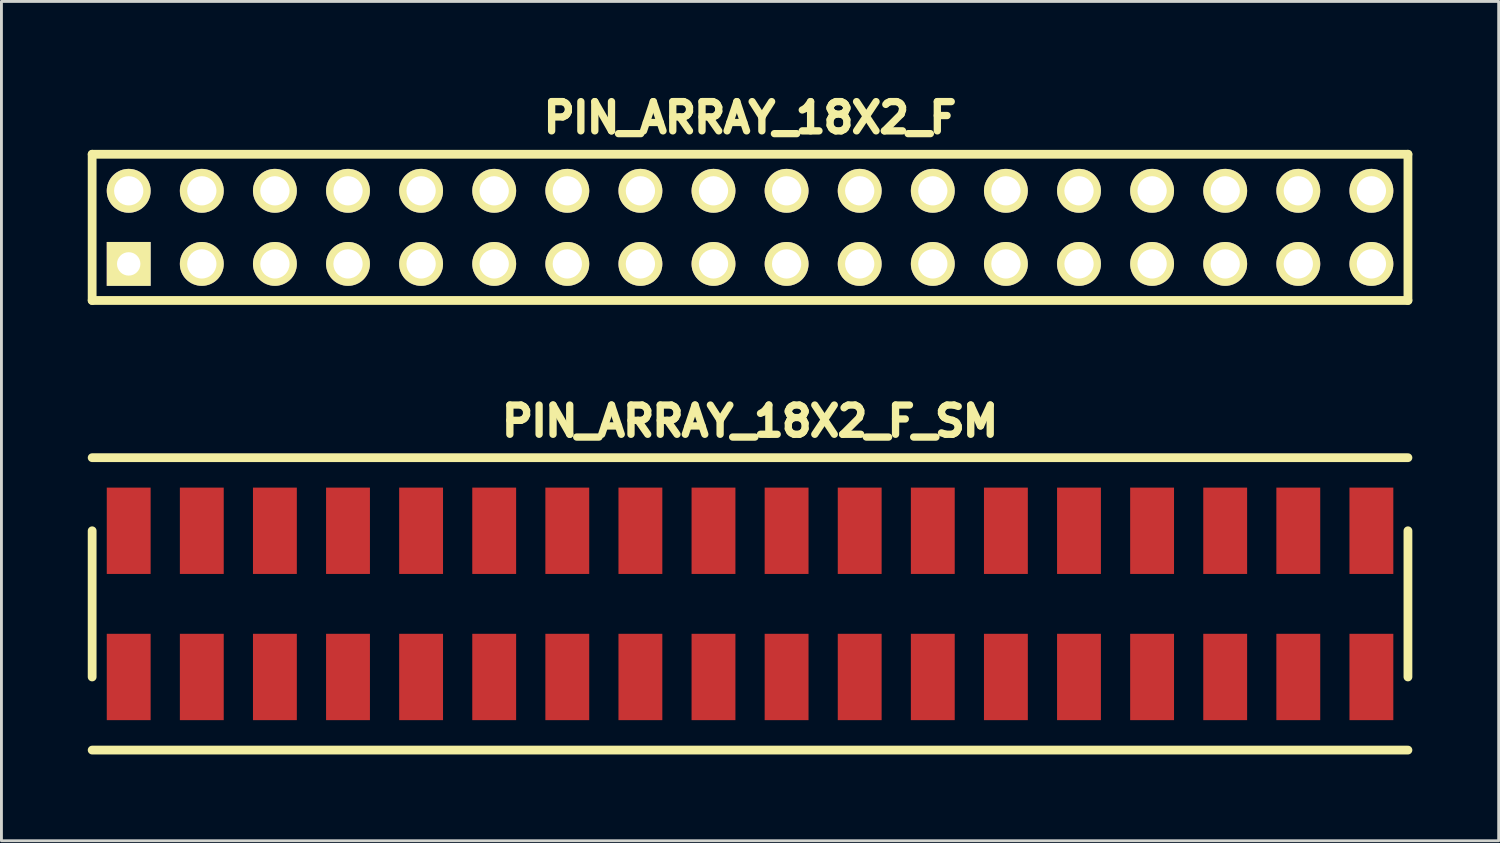
<source format=kicad_pcb>
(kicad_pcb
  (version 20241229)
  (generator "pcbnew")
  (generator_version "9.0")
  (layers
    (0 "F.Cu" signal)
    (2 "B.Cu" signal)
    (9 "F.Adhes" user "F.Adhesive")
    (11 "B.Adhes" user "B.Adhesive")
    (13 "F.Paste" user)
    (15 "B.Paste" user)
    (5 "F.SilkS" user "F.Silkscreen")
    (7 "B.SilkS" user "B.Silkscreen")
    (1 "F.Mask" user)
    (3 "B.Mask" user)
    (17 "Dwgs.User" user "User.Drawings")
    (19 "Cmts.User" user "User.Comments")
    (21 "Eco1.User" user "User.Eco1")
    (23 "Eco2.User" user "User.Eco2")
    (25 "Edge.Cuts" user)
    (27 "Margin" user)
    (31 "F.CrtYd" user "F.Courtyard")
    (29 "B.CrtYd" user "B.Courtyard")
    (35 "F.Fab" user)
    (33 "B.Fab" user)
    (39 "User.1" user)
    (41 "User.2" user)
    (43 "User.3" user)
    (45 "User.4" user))
  (footprint "PIN_ARRAY_18X2_F_SM"
    (layer "F.Cu")
    (at 23.012 17.933)
    (property "Reference" "PIN_ARRAY_18X2_F_SM" (at 0 -6.35 0) (layer "F.SilkS") (effects (font (size 1.016 1.016) (thickness 0.254))))
    (attr through_hole)
    (fp_line (start -22.86 -5.08) (end 22.86 -5.08) (stroke (width 0.305) (type solid)) (layer "F.SilkS"))
    (fp_line (start -22.86 -2.54) (end -22.86 2.54) (stroke (width 0.305) (type solid)) (layer "F.SilkS"))
    (fp_line (start 22.86 -2.54) (end 22.86 2.54) (stroke (width 0.305) (type solid)) (layer "F.SilkS"))
    (fp_line (start 22.86 5.08) (end -22.86 5.08) (stroke (width 0.305) (type solid)) (layer "F.SilkS"))
    (pad "1" smd rect (at -21.59 2.54) (size 1.524 3) (layers "F.Cu" "F.Mask" "F.Paste"))
    (pad "2" smd rect (at -21.59 -2.54) (size 1.524 3) (layers "F.Cu" "F.Mask" "F.Paste"))
    (pad "3" smd rect (at -19.05 2.54) (size 1.524 3) (layers "F.Cu" "F.Mask" "F.Paste"))
    (pad "4" smd rect (at -19.05 -2.54) (size 1.524 3) (layers "F.Cu" "F.Mask" "F.Paste"))
    (pad "5" smd rect (at -16.51 2.54) (size 1.524 3) (layers "F.Cu" "F.Mask" "F.Paste"))
    (pad "6" smd rect (at -16.51 -2.54) (size 1.524 3) (layers "F.Cu" "F.Mask" "F.Paste"))
    (pad "7" smd rect (at -13.97 2.54) (size 1.524 3) (layers "F.Cu" "F.Mask" "F.Paste"))
    (pad "8" smd rect (at -13.97 -2.54) (size 1.524 3) (layers "F.Cu" "F.Mask" "F.Paste"))
    (pad "9" smd rect (at -11.43 2.54) (size 1.524 3) (layers "F.Cu" "F.Mask" "F.Paste"))
    (pad "10" smd rect (at -11.43 -2.54) (size 1.524 3) (layers "F.Cu" "F.Mask" "F.Paste"))
    (pad "11" smd rect (at -8.89 2.54) (size 1.524 3) (layers "F.Cu" "F.Mask" "F.Paste"))
    (pad "12" smd rect (at -8.89 -2.54) (size 1.524 3) (layers "F.Cu" "F.Mask" "F.Paste"))
    (pad "13" smd rect (at -6.35 2.54) (size 1.524 3) (layers "F.Cu" "F.Mask" "F.Paste"))
    (pad "14" smd rect (at -6.35 -2.54) (size 1.524 3) (layers "F.Cu" "F.Mask" "F.Paste"))
    (pad "15" smd rect (at -3.81 2.54) (size 1.524 3) (layers "F.Cu" "F.Mask" "F.Paste"))
    (pad "16" smd rect (at -3.81 -2.54) (size 1.524 3) (layers "F.Cu" "F.Mask" "F.Paste"))
    (pad "17" smd rect (at -1.27 2.54) (size 1.524 3) (layers "F.Cu" "F.Mask" "F.Paste"))
    (pad "18" smd rect (at -1.27 -2.54) (size 1.524 3) (layers "F.Cu" "F.Mask" "F.Paste"))
    (pad "19" smd rect (at 1.27 2.54) (size 1.524 3) (layers "F.Cu" "F.Mask" "F.Paste"))
    (pad "20" smd rect (at 1.27 -2.54) (size 1.524 3) (layers "F.Cu" "F.Mask" "F.Paste"))
    (pad "21" smd rect (at 3.81 2.54) (size 1.524 3) (layers "F.Cu" "F.Mask" "F.Paste"))
    (pad "22" smd rect (at 3.81 -2.54) (size 1.524 3) (layers "F.Cu" "F.Mask" "F.Paste"))
    (pad "23" smd rect (at 6.35 2.54) (size 1.524 3) (layers "F.Cu" "F.Mask" "F.Paste"))
    (pad "24" smd rect (at 6.35 -2.54) (size 1.524 3) (layers "F.Cu" "F.Mask" "F.Paste"))
    (pad "25" smd rect (at 8.89 2.54) (size 1.524 3) (layers "F.Cu" "F.Mask" "F.Paste"))
    (pad "26" smd rect (at 8.89 -2.54) (size 1.524 3) (layers "F.Cu" "F.Mask" "F.Paste"))
    (pad "27" smd rect (at 11.43 2.54) (size 1.524 3) (layers "F.Cu" "F.Mask" "F.Paste"))
    (pad "28" smd rect (at 11.43 -2.54) (size 1.524 3) (layers "F.Cu" "F.Mask" "F.Paste"))
    (pad "29" smd rect (at 13.97 2.54) (size 1.524 3) (layers "F.Cu" "F.Mask" "F.Paste"))
    (pad "30" smd rect (at 13.97 -2.54) (size 1.524 3) (layers "F.Cu" "F.Mask" "F.Paste"))
    (pad "31" smd rect (at 16.51 2.54) (size 1.524 3) (layers "F.Cu" "F.Mask" "F.Paste"))
    (pad "32" smd rect (at 16.51 -2.54) (size 1.524 3) (layers "F.Cu" "F.Mask" "F.Paste"))
    (pad "33" smd rect (at 19.05 2.54) (size 1.524 3) (layers "F.Cu" "F.Mask" "F.Paste"))
    (pad "34" smd rect (at 19.05 -2.54) (size 1.524 3) (layers "F.Cu" "F.Mask" "F.Paste"))
    (pad "35" smd rect (at 21.59 2.54) (size 1.524 3) (layers "F.Cu" "F.Mask" "F.Paste"))
    (pad "36" smd rect (at 21.59 -2.54) (size 1.524 3) (layers "F.Cu" "F.Mask" "F.Paste")))
  (footprint "PIN_ARRAY_18X2_F"
    (layer "F.Cu")
    (at 23.012 4.85)
    (property "Reference" "PIN_ARRAY_18X2_F" (at 0 -3.81 0) (layer "F.SilkS") (effects (font (size 1.016 1.016) (thickness 0.254))))
    (attr through_hole)
    (fp_line (start -22.86 -2.54) (end -22.86 2.54) (stroke (width 0.305) (type solid)) (layer "F.SilkS"))
    (fp_line (start -22.86 -2.54) (end 22.86 -2.54) (stroke (width 0.305) (type solid)) (layer "F.SilkS"))
    (fp_line (start 22.86 -2.54) (end 22.86 2.54) (stroke (width 0.305) (type solid)) (layer "F.SilkS"))
    (fp_line (start 22.86 2.54) (end -22.86 2.54) (stroke (width 0.305) (type solid)) (layer "F.SilkS"))
    (pad "1" thru_hole rect (at -21.59 1.27) (size 1.524 1.524) (drill 0.813) (layers "*.Cu" "*.Mask" "F.SilkS"))
    (pad "2" thru_hole circle (at -21.59 -1.27) (size 1.524 1.524) (drill 1.016) (layers "*.Cu" "*.Mask" "F.SilkS"))
    (pad "3" thru_hole circle (at -19.05 1.27) (size 1.524 1.524) (drill 1.016) (layers "*.Cu" "*.Mask" "F.SilkS"))
    (pad "4" thru_hole circle (at -19.05 -1.27) (size 1.524 1.524) (drill 1.016) (layers "*.Cu" "*.Mask" "F.SilkS"))
    (pad "5" thru_hole circle (at -16.51 1.27) (size 1.524 1.524) (drill 1.016) (layers "*.Cu" "*.Mask" "F.SilkS"))
    (pad "6" thru_hole circle (at -16.51 -1.27) (size 1.524 1.524) (drill 1.016) (layers "*.Cu" "*.Mask" "F.SilkS"))
    (pad "7" thru_hole circle (at -13.97 1.27) (size 1.524 1.524) (drill 1.016) (layers "*.Cu" "*.Mask" "F.SilkS"))
    (pad "8" thru_hole circle (at -13.97 -1.27) (size 1.524 1.524) (drill 1.016) (layers "*.Cu" "*.Mask" "F.SilkS"))
    (pad "9" thru_hole circle (at -11.43 1.27) (size 1.524 1.524) (drill 1.016) (layers "*.Cu" "*.Mask" "F.SilkS"))
    (pad "10" thru_hole circle (at -11.43 -1.27) (size 1.524 1.524) (drill 1.016) (layers "*.Cu" "*.Mask" "F.SilkS"))
    (pad "11" thru_hole circle (at -8.89 1.27) (size 1.524 1.524) (drill 1.016) (layers "*.Cu" "*.Mask" "F.SilkS"))
    (pad "12" thru_hole circle (at -8.89 -1.27) (size 1.524 1.524) (drill 1.016) (layers "*.Cu" "*.Mask" "F.SilkS"))
    (pad "13" thru_hole circle (at -6.35 1.27) (size 1.524 1.524) (drill 1.016) (layers "*.Cu" "*.Mask" "F.SilkS"))
    (pad "14" thru_hole circle (at -6.35 -1.27) (size 1.524 1.524) (drill 1.016) (layers "*.Cu" "*.Mask" "F.SilkS"))
    (pad "15" thru_hole circle (at -3.81 1.27) (size 1.524 1.524) (drill 1.016) (layers "*.Cu" "*.Mask" "F.SilkS"))
    (pad "16" thru_hole circle (at -3.81 -1.27) (size 1.524 1.524) (drill 1.016) (layers "*.Cu" "*.Mask" "F.SilkS"))
    (pad "17" thru_hole circle (at -1.27 1.27) (size 1.524 1.524) (drill 1.016) (layers "*.Cu" "*.Mask" "F.SilkS"))
    (pad "18" thru_hole circle (at -1.27 -1.27) (size 1.524 1.524) (drill 1.016) (layers "*.Cu" "*.Mask" "F.SilkS"))
    (pad "19" thru_hole circle (at 1.27 1.27) (size 1.524 1.524) (drill 1.016) (layers "*.Cu" "*.Mask" "F.SilkS"))
    (pad "20" thru_hole circle (at 1.27 -1.27) (size 1.524 1.524) (drill 1.016) (layers "*.Cu" "*.Mask" "F.SilkS"))
    (pad "21" thru_hole circle (at 3.81 1.27) (size 1.524 1.524) (drill 1.016) (layers "*.Cu" "*.Mask" "F.SilkS"))
    (pad "22" thru_hole circle (at 3.81 -1.27) (size 1.524 1.524) (drill 1.016) (layers "*.Cu" "*.Mask" "F.SilkS"))
    (pad "23" thru_hole circle (at 6.35 1.27) (size 1.524 1.524) (drill 1.016) (layers "*.Cu" "*.Mask" "F.SilkS"))
    (pad "24" thru_hole circle (at 6.35 -1.27) (size 1.524 1.524) (drill 1.016) (layers "*.Cu" "*.Mask" "F.SilkS"))
    (pad "25" thru_hole circle (at 8.89 1.27) (size 1.524 1.524) (drill 1.016) (layers "*.Cu" "*.Mask" "F.SilkS"))
    (pad "26" thru_hole circle (at 8.89 -1.27) (size 1.524 1.524) (drill 1.016) (layers "*.Cu" "*.Mask" "F.SilkS"))
    (pad "27" thru_hole circle (at 11.43 1.27) (size 1.524 1.524) (drill 1.016) (layers "*.Cu" "*.Mask" "F.SilkS"))
    (pad "28" thru_hole circle (at 11.43 -1.27) (size 1.524 1.524) (drill 1.016) (layers "*.Cu" "*.Mask" "F.SilkS"))
    (pad "29" thru_hole circle (at 13.97 1.27) (size 1.524 1.524) (drill 1.016) (layers "*.Cu" "*.Mask" "F.SilkS"))
    (pad "30" thru_hole circle (at 13.97 -1.27) (size 1.524 1.524) (drill 1.016) (layers "*.Cu" "*.Mask" "F.SilkS"))
    (pad "31" thru_hole circle (at 16.51 1.27) (size 1.524 1.524) (drill 1.016) (layers "*.Cu" "*.Mask" "F.SilkS"))
    (pad "32" thru_hole circle (at 16.51 -1.27) (size 1.524 1.524) (drill 1.016) (layers "*.Cu" "*.Mask" "F.SilkS"))
    (pad "33" thru_hole circle (at 19.05 1.27) (size 1.524 1.524) (drill 1.016) (layers "*.Cu" "*.Mask" "F.SilkS"))
    (pad "34" thru_hole circle (at 19.05 -1.27) (size 1.524 1.524) (drill 1.016) (layers "*.Cu" "*.Mask" "F.SilkS"))
    (pad "35" thru_hole circle (at 21.59 1.27) (size 1.524 1.524) (drill 1.016) (layers "*.Cu" "*.Mask" "F.SilkS"))
    (pad "36" thru_hole circle (at 21.59 -1.27) (size 1.524 1.524) (drill 1.016) (layers "*.Cu" "*.Mask" "F.SilkS")))
  (gr_rect
    (start -3 -3)
    (end 49.025 26.165)
    (stroke (width 0.1) (type default))
    (fill no)
    (layer "Edge.Cuts")))
</source>
